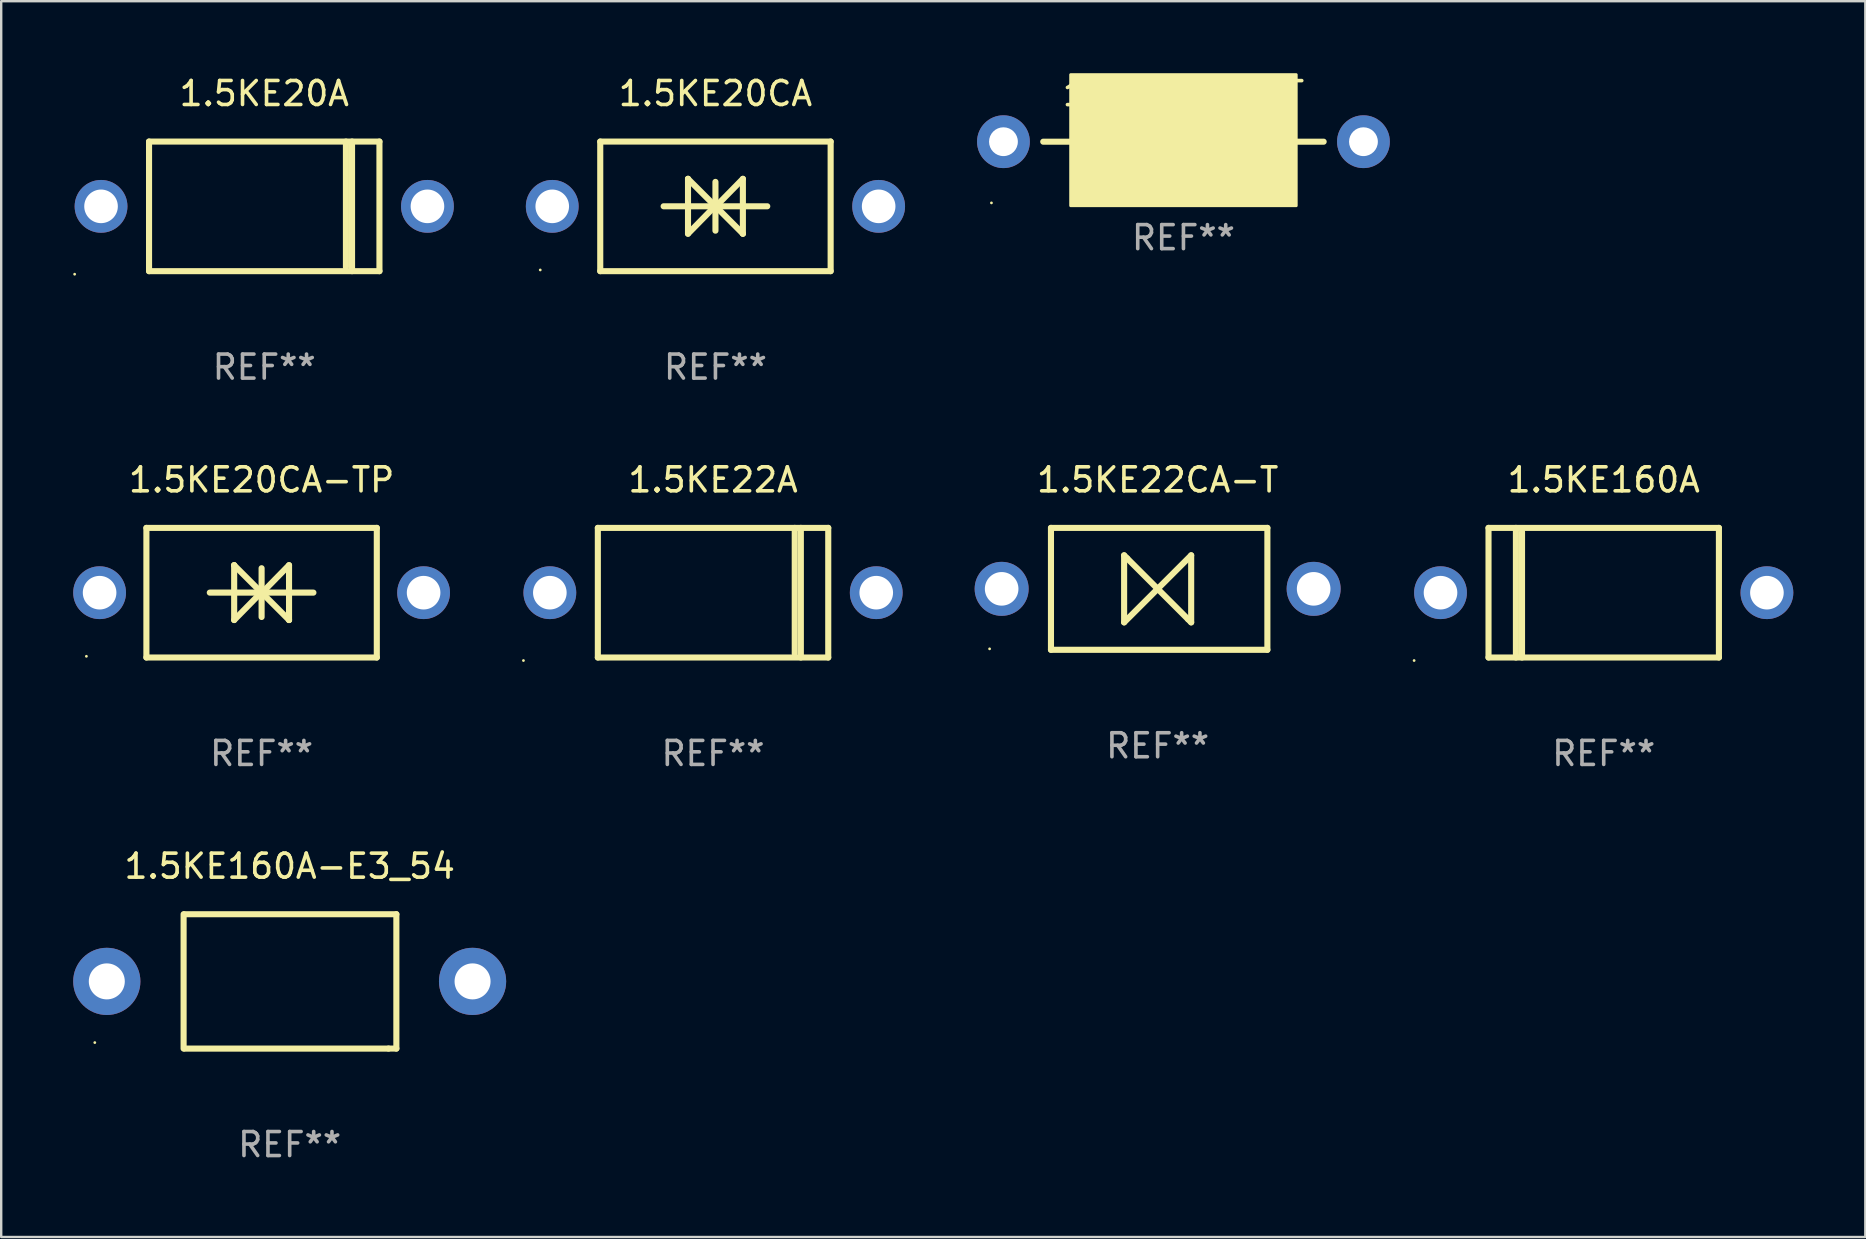
<source format=kicad_pcb>
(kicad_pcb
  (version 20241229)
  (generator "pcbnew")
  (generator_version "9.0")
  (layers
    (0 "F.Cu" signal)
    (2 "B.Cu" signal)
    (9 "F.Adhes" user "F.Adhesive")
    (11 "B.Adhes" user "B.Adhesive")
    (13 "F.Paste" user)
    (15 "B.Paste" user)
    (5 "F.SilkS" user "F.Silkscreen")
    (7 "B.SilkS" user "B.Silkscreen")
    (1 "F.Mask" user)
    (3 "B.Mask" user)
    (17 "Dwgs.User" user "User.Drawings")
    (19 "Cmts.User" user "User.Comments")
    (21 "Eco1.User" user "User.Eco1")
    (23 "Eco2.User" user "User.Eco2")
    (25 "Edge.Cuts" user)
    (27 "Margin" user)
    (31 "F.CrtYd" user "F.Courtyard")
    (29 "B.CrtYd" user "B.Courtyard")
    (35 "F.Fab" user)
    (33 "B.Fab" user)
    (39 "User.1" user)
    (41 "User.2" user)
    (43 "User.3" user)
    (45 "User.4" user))
  (footprint "1.5KE20CA-TP"
    (layer "F.Cu")
    (at 7.85 21.645)
    (property "Reference" "1.5KE20CA-TP" (at 0 -4.7 0) (layer "F.SilkS") (effects (font (size 1 1) (thickness 0.15))))
    (attr through_hole)
    (fp_line (start -4.8 -2.7) (end -4.8 2.7) (stroke (width 0.254) (type solid)) (layer "F.SilkS"))
    (fp_line (start -4.8 -2.7) (end 4.8 -2.7) (stroke (width 0.254) (type solid)) (layer "F.SilkS"))
    (fp_line (start -2.159 -0.003) (end 2.159 -0.003) (stroke (width 0.254) (type solid)) (layer "F.SilkS"))
    (fp_line (start -1.143 -1.146) (end -1.143 1.14) (stroke (width 0.254) (type solid)) (layer "F.SilkS"))
    (fp_line (start -1.143 -1.143) (end -1.143 -1.146) (stroke (width 0.254) (type solid)) (layer "F.SilkS"))
    (fp_line (start 0 -1.019) (end 0 1.013) (stroke (width 0.254) (type solid)) (layer "F.SilkS"))
    (fp_line (start 0 -0.026) (end -1.143 1.14) (stroke (width 0.254) (type solid)) (layer "F.SilkS"))
    (fp_line (start 0 -0.006) (end 1.143 1.137) (stroke (width 0.254) (type solid)) (layer "F.SilkS"))
    (fp_line (start 0 0) (end -1.143 -1.143) (stroke (width 0.254) (type solid)) (layer "F.SilkS"))
    (fp_line (start 0 0.02) (end 1.143 -1.146) (stroke (width 0.254) (type solid)) (layer "F.SilkS"))
    (fp_line (start 1.143 1.137) (end 1.143 1.14) (stroke (width 0.254) (type solid)) (layer "F.SilkS"))
    (fp_line (start 1.143 1.14) (end 1.143 -1.146) (stroke (width 0.254) (type solid)) (layer "F.SilkS"))
    (fp_line (start 4.8 -2.7) (end 4.8 2.7) (stroke (width 0.254) (type solid)) (layer "F.SilkS"))
    (fp_line (start 4.8 2.7) (end -4.8 2.7) (stroke (width 0.254) (type solid)) (layer "F.SilkS"))
    (fp_circle (center -7.3 2.65) (end -7.27 2.65) (stroke (width 0.06) (type solid)) (fill no) (layer "F.SilkS"))
    (fp_text user "REF**" (at 0 6.7 0) (layer "F.Fab") (effects (font (size 1 1) (thickness 0.15))))
    (pad "1" thru_hole circle (at -6.75 0) (size 2.2 2.2) (drill 1.4) (layers "*.Cu" "*.Mask"))
    (pad "2" thru_hole circle (at 6.75 0) (size 2.2 2.2) (drill 1.4) (layers "*.Cu" "*.Mask")))
  (footprint "1.5KE22A"
    (layer "F.Cu")
    (at 26.66 21.645)
    (property "Reference" "1.5KE22A" (at 0 -4.7 0) (layer "F.SilkS") (effects (font (size 1 1) (thickness 0.15))))
    (attr through_hole)
    (fp_line (start -4.8 -2.7) (end -4.8 2.7) (stroke (width 0.254) (type solid)) (layer "F.SilkS"))
    (fp_line (start -4.8 -2.7) (end 4.8 -2.7) (stroke (width 0.254) (type solid)) (layer "F.SilkS"))
    (fp_line (start 3.404 -2.7) (end 3.404 2.54) (stroke (width 0.254) (type solid)) (layer "F.SilkS"))
    (fp_line (start 3.658 -2.7) (end 3.658 2.7) (stroke (width 0.254) (type solid)) (layer "F.SilkS"))
    (fp_line (start 4.8 -2.7) (end 4.8 2.7) (stroke (width 0.254) (type solid)) (layer "F.SilkS"))
    (fp_line (start 4.8 2.7) (end -4.8 2.7) (stroke (width 0.254) (type solid)) (layer "F.SilkS"))
    (fp_circle (center -7.9 2.827) (end -7.87 2.827) (stroke (width 0.06) (type solid)) (fill no) (layer "F.SilkS"))
    (fp_text user "REF**" (at 0 6.7 0) (layer "F.Fab") (effects (font (size 1 1) (thickness 0.15))))
    (pad "1" thru_hole circle (at -6.8 0) (size 2.2 2.2) (drill 1.4) (layers "*.Cu" "*.Mask"))
    (pad "2" thru_hole circle (at 6.8 0) (size 2.2 2.2) (drill 1.4) (layers "*.Cu" "*.Mask")))
  (footprint "1.5KE160A"
    (layer "F.Cu")
    (at 63.771 21.645)
    (property "Reference" "1.5KE160A" (at 0 -4.7 0) (layer "F.SilkS") (effects (font (size 1 1) (thickness 0.15))))
    (attr through_hole)
    (fp_line (start -4.8 -2.7) (end 4.8 -2.7) (stroke (width 0.254) (type solid)) (layer "F.SilkS"))
    (fp_line (start -4.8 2.7) (end -4.8 -2.7) (stroke (width 0.254) (type solid)) (layer "F.SilkS"))
    (fp_line (start -3.658 2.7) (end -3.658 -2.7) (stroke (width 0.254) (type solid)) (layer "F.SilkS"))
    (fp_line (start -3.404 2.7) (end -3.404 -2.54) (stroke (width 0.254) (type solid)) (layer "F.SilkS"))
    (fp_line (start 4.8 2.7) (end -4.8 2.7) (stroke (width 0.254) (type solid)) (layer "F.SilkS"))
    (fp_line (start 4.8 2.7) (end 4.8 -2.7) (stroke (width 0.254) (type solid)) (layer "F.SilkS"))
    (fp_circle (center -7.9 2.827) (end -7.87 2.827) (stroke (width 0.06) (type solid)) (fill no) (layer "F.SilkS"))
    (fp_text user "REF**" (at 0 6.7 0) (layer "F.Fab") (effects (font (size 1 1) (thickness 0.15))))
    (pad "1" thru_hole circle (at -6.8 0) (size 2.2 2.2) (drill 1.4) (layers "*.Cu" "*.Mask"))
    (pad "2" thru_hole circle (at 6.8 0) (size 2.2 2.2) (drill 1.4) (layers "*.Cu" "*.Mask")))
  (footprint "1.5KE20CA-T"
    (layer "F.Cu")
    (at 46.26 2.854)
    (property "Reference" "1.5KE20CA-T" (at 0 -2 0) (layer "F.SilkS") (effects (font (size 1 1) (thickness 0.15))))
    (attr through_hole)
    (fp_line (start -4.699 0) (end -5.842 0) (stroke (width 0.254) (type solid)) (layer "F.SilkS"))
    (fp_line (start 4.699 0) (end 5.842 0) (stroke (width 0.254) (type solid)) (layer "F.SilkS"))
    (fp_circle (center -8 2.55) (end -7.97 2.55) (stroke (width 0.06) (type solid)) (fill no) (layer "F.SilkS"))
    (fp_poly (pts (xy -4.699 -2.794) (xy 4.699 -2.794) (xy 4.699 2.667) (xy -4.699 2.667)) (stroke (width 0.12) (type solid)) (fill yes) (layer "F.SilkS"))
    (fp_text user "REF**" (at 0 4 0) (layer "F.Fab") (effects (font (size 1 1) (thickness 0.15))))
    (pad "1" thru_hole circle (at -7.5 0) (size 2.2 2.2) (drill 1.2) (layers "*.Cu" "*.Mask"))
    (pad "2" thru_hole circle (at 7.5 0) (size 2.2 2.2) (drill 1.2) (layers "*.Cu" "*.Mask")))
  (footprint "1.5KE22CA-T"
    (layer "F.Cu")
    (at 45.185 21.485)
    (property "Reference" "1.5KE22CA-T" (at 0 -4.54 0) (layer "F.SilkS") (effects (font (size 1 1) (thickness 0.15))))
    (attr through_hole)
    (fp_line (start -4.445 -2.54) (end -4.445 2.54) (stroke (width 0.254) (type solid)) (layer "F.SilkS"))
    (fp_line (start -4.445 2.54) (end 4.572 2.54) (stroke (width 0.254) (type solid)) (layer "F.SilkS"))
    (fp_line (start -1.397 -1.397) (end -1.27 -1.27) (stroke (width 0.254) (type solid)) (layer "F.SilkS"))
    (fp_line (start -1.397 1.397) (end -1.397 -1.397) (stroke (width 0.254) (type solid)) (layer "F.SilkS"))
    (fp_line (start -1.27 -1.27) (end 0 0) (stroke (width 0.254) (type solid)) (layer "F.SilkS"))
    (fp_line (start 0 0) (end -1.397 1.397) (stroke (width 0.254) (type solid)) (layer "F.SilkS"))
    (fp_line (start 0 0) (end 1.397 -1.397) (stroke (width 0.254) (type solid)) (layer "F.SilkS"))
    (fp_line (start 1.27 1.27) (end 0 0) (stroke (width 0.254) (type solid)) (layer "F.SilkS"))
    (fp_line (start 1.397 -1.397) (end 1.397 1.397) (stroke (width 0.254) (type solid)) (layer "F.SilkS"))
    (fp_line (start 1.397 1.397) (end 1.27 1.27) (stroke (width 0.254) (type solid)) (layer "F.SilkS"))
    (fp_line (start 4.572 -2.54) (end -4.445 -2.54) (stroke (width 0.254) (type solid)) (layer "F.SilkS"))
    (fp_line (start 4.572 2.54) (end 4.572 -2.54) (stroke (width 0.254) (type solid)) (layer "F.SilkS"))
    (fp_circle (center -7.002 2.5) (end -6.972 2.5) (stroke (width 0.06) (type solid)) (fill no) (layer "F.SilkS"))
    (fp_text user "REF**" (at 0 6.54 0) (layer "F.Fab") (effects (font (size 1 1) (thickness 0.15))))
    (pad "1" thru_hole circle (at -6.5 0) (size 2.25 2.25) (drill 1.4) (layers "*.Cu" "*.Mask"))
    (pad "2" thru_hole circle (at 6.5 0) (size 2.25 2.25) (drill 1.4) (layers "*.Cu" "*.Mask")))
  (footprint "1.5KE20A"
    (layer "F.Cu")
    (at 7.96 5.548)
    (property "Reference" "1.5KE20A" (at 0 -4.7 0) (layer "F.SilkS") (effects (font (size 1 1) (thickness 0.15))))
    (attr through_hole)
    (fp_line (start -4.8 -2.7) (end -4.8 2.7) (stroke (width 0.254) (type solid)) (layer "F.SilkS"))
    (fp_line (start -4.8 -2.7) (end 4.8 -2.7) (stroke (width 0.254) (type solid)) (layer "F.SilkS"))
    (fp_line (start 3.404 -2.7) (end 3.404 2.54) (stroke (width 0.254) (type solid)) (layer "F.SilkS"))
    (fp_line (start 3.658 -2.7) (end 3.658 2.7) (stroke (width 0.254) (type solid)) (layer "F.SilkS"))
    (fp_line (start 4.8 -2.7) (end 4.8 2.7) (stroke (width 0.254) (type solid)) (layer "F.SilkS"))
    (fp_line (start 4.8 2.7) (end -4.8 2.7) (stroke (width 0.254) (type solid)) (layer "F.SilkS"))
    (fp_circle (center -7.9 2.827) (end -7.87 2.827) (stroke (width 0.06) (type solid)) (fill no) (layer "F.SilkS"))
    (fp_text user "REF**" (at 0 6.7 0) (layer "F.Fab") (effects (font (size 1 1) (thickness 0.15))))
    (pad "1" thru_hole circle (at -6.8 0) (size 2.2 2.2) (drill 1.4) (layers "*.Cu" "*.Mask"))
    (pad "2" thru_hole circle (at 6.8 0) (size 2.2 2.2) (drill 1.4) (layers "*.Cu" "*.Mask")))
  (footprint "1.5KE160A-E3_54"
    (layer "F.Cu")
    (at 9.02 37.841)
    (property "Reference" "1.5KE160A-E3_54" (at 0 -4.8 0) (layer "F.SilkS") (effects (font (size 1 1) (thickness 0.15))))
    (attr through_hole)
    (fp_line (start -4.42 2.8) (end -4.42 -2.8) (stroke (width 0.254) (type solid)) (layer "F.SilkS"))
    (fp_line (start -4.379 -2.799) (end 4.445 -2.799) (stroke (width 0.254) (type solid)) (layer "F.SilkS"))
    (fp_line (start 4.12 2.8) (end -4.38 2.8) (stroke (width 0.254) (type solid)) (layer "F.SilkS"))
    (fp_line (start 4.445 -2.799) (end 4.445 2.799) (stroke (width 0.254) (type solid)) (layer "F.SilkS"))
    (fp_line (start 4.445 2.799) (end 4.12 2.799) (stroke (width 0.254) (type solid)) (layer "F.SilkS"))
    (fp_circle (center -8.12 2.55) (end -8.09 2.55) (stroke (width 0.06) (type solid)) (fill no) (layer "F.SilkS"))
    (fp_text user "REF**" (at 0 6.8 0) (layer "F.Fab") (effects (font (size 1 1) (thickness 0.15))))
    (pad "1" thru_hole circle (at -7.62 0) (size 2.8 2.8) (drill 1.5) (layers "*.Cu" "*.Mask"))
    (pad "2" thru_hole circle (at 7.62 0) (size 2.8 2.8) (drill 1.5) (layers "*.Cu" "*.Mask")))
  (footprint "1.5KE20CA"
    (layer "F.Cu")
    (at 26.76 5.548)
    (property "Reference" "1.5KE20CA" (at 0 -4.7 0) (layer "F.SilkS") (effects (font (size 1 1) (thickness 0.15))))
    (attr through_hole)
    (fp_line (start -4.8 -2.7) (end -4.8 2.7) (stroke (width 0.254) (type solid)) (layer "F.SilkS"))
    (fp_line (start -4.8 -2.7) (end 4.8 -2.7) (stroke (width 0.254) (type solid)) (layer "F.SilkS"))
    (fp_line (start -2.159 -0.003) (end 2.159 -0.003) (stroke (width 0.254) (type solid)) (layer "F.SilkS"))
    (fp_line (start -1.143 -1.146) (end -1.143 1.14) (stroke (width 0.254) (type solid)) (layer "F.SilkS"))
    (fp_line (start -1.143 -1.143) (end -1.143 -1.146) (stroke (width 0.254) (type solid)) (layer "F.SilkS"))
    (fp_line (start 0 -1.019) (end 0 1.013) (stroke (width 0.254) (type solid)) (layer "F.SilkS"))
    (fp_line (start 0 -0.026) (end -1.143 1.14) (stroke (width 0.254) (type solid)) (layer "F.SilkS"))
    (fp_line (start 0 -0.006) (end 1.143 1.137) (stroke (width 0.254) (type solid)) (layer "F.SilkS"))
    (fp_line (start 0 0) (end -1.143 -1.143) (stroke (width 0.254) (type solid)) (layer "F.SilkS"))
    (fp_line (start 0 0.02) (end 1.143 -1.146) (stroke (width 0.254) (type solid)) (layer "F.SilkS"))
    (fp_line (start 1.143 1.137) (end 1.143 1.14) (stroke (width 0.254) (type solid)) (layer "F.SilkS"))
    (fp_line (start 1.143 1.14) (end 1.143 -1.146) (stroke (width 0.254) (type solid)) (layer "F.SilkS"))
    (fp_line (start 4.8 -2.7) (end 4.8 2.7) (stroke (width 0.254) (type solid)) (layer "F.SilkS"))
    (fp_line (start 4.8 2.7) (end -4.8 2.7) (stroke (width 0.254) (type solid)) (layer "F.SilkS"))
    (fp_circle (center -7.3 2.65) (end -7.27 2.65) (stroke (width 0.06) (type solid)) (fill no) (layer "F.SilkS"))
    (fp_text user "REF**" (at 0 6.7 0) (layer "F.Fab") (effects (font (size 1 1) (thickness 0.15))))
    (pad "1" thru_hole circle (at -6.8 0) (size 2.2 2.2) (drill 1.4) (layers "*.Cu" "*.Mask"))
    (pad "2" thru_hole circle (at 6.8 0) (size 2.2 2.2) (drill 1.4) (layers "*.Cu" "*.Mask")))
  (gr_rect
    (start -3 -3)
    (end 74.671 48.49)
    (stroke (width 0.1) (type default))
    (fill no)
    (layer "Edge.Cuts")))
</source>
